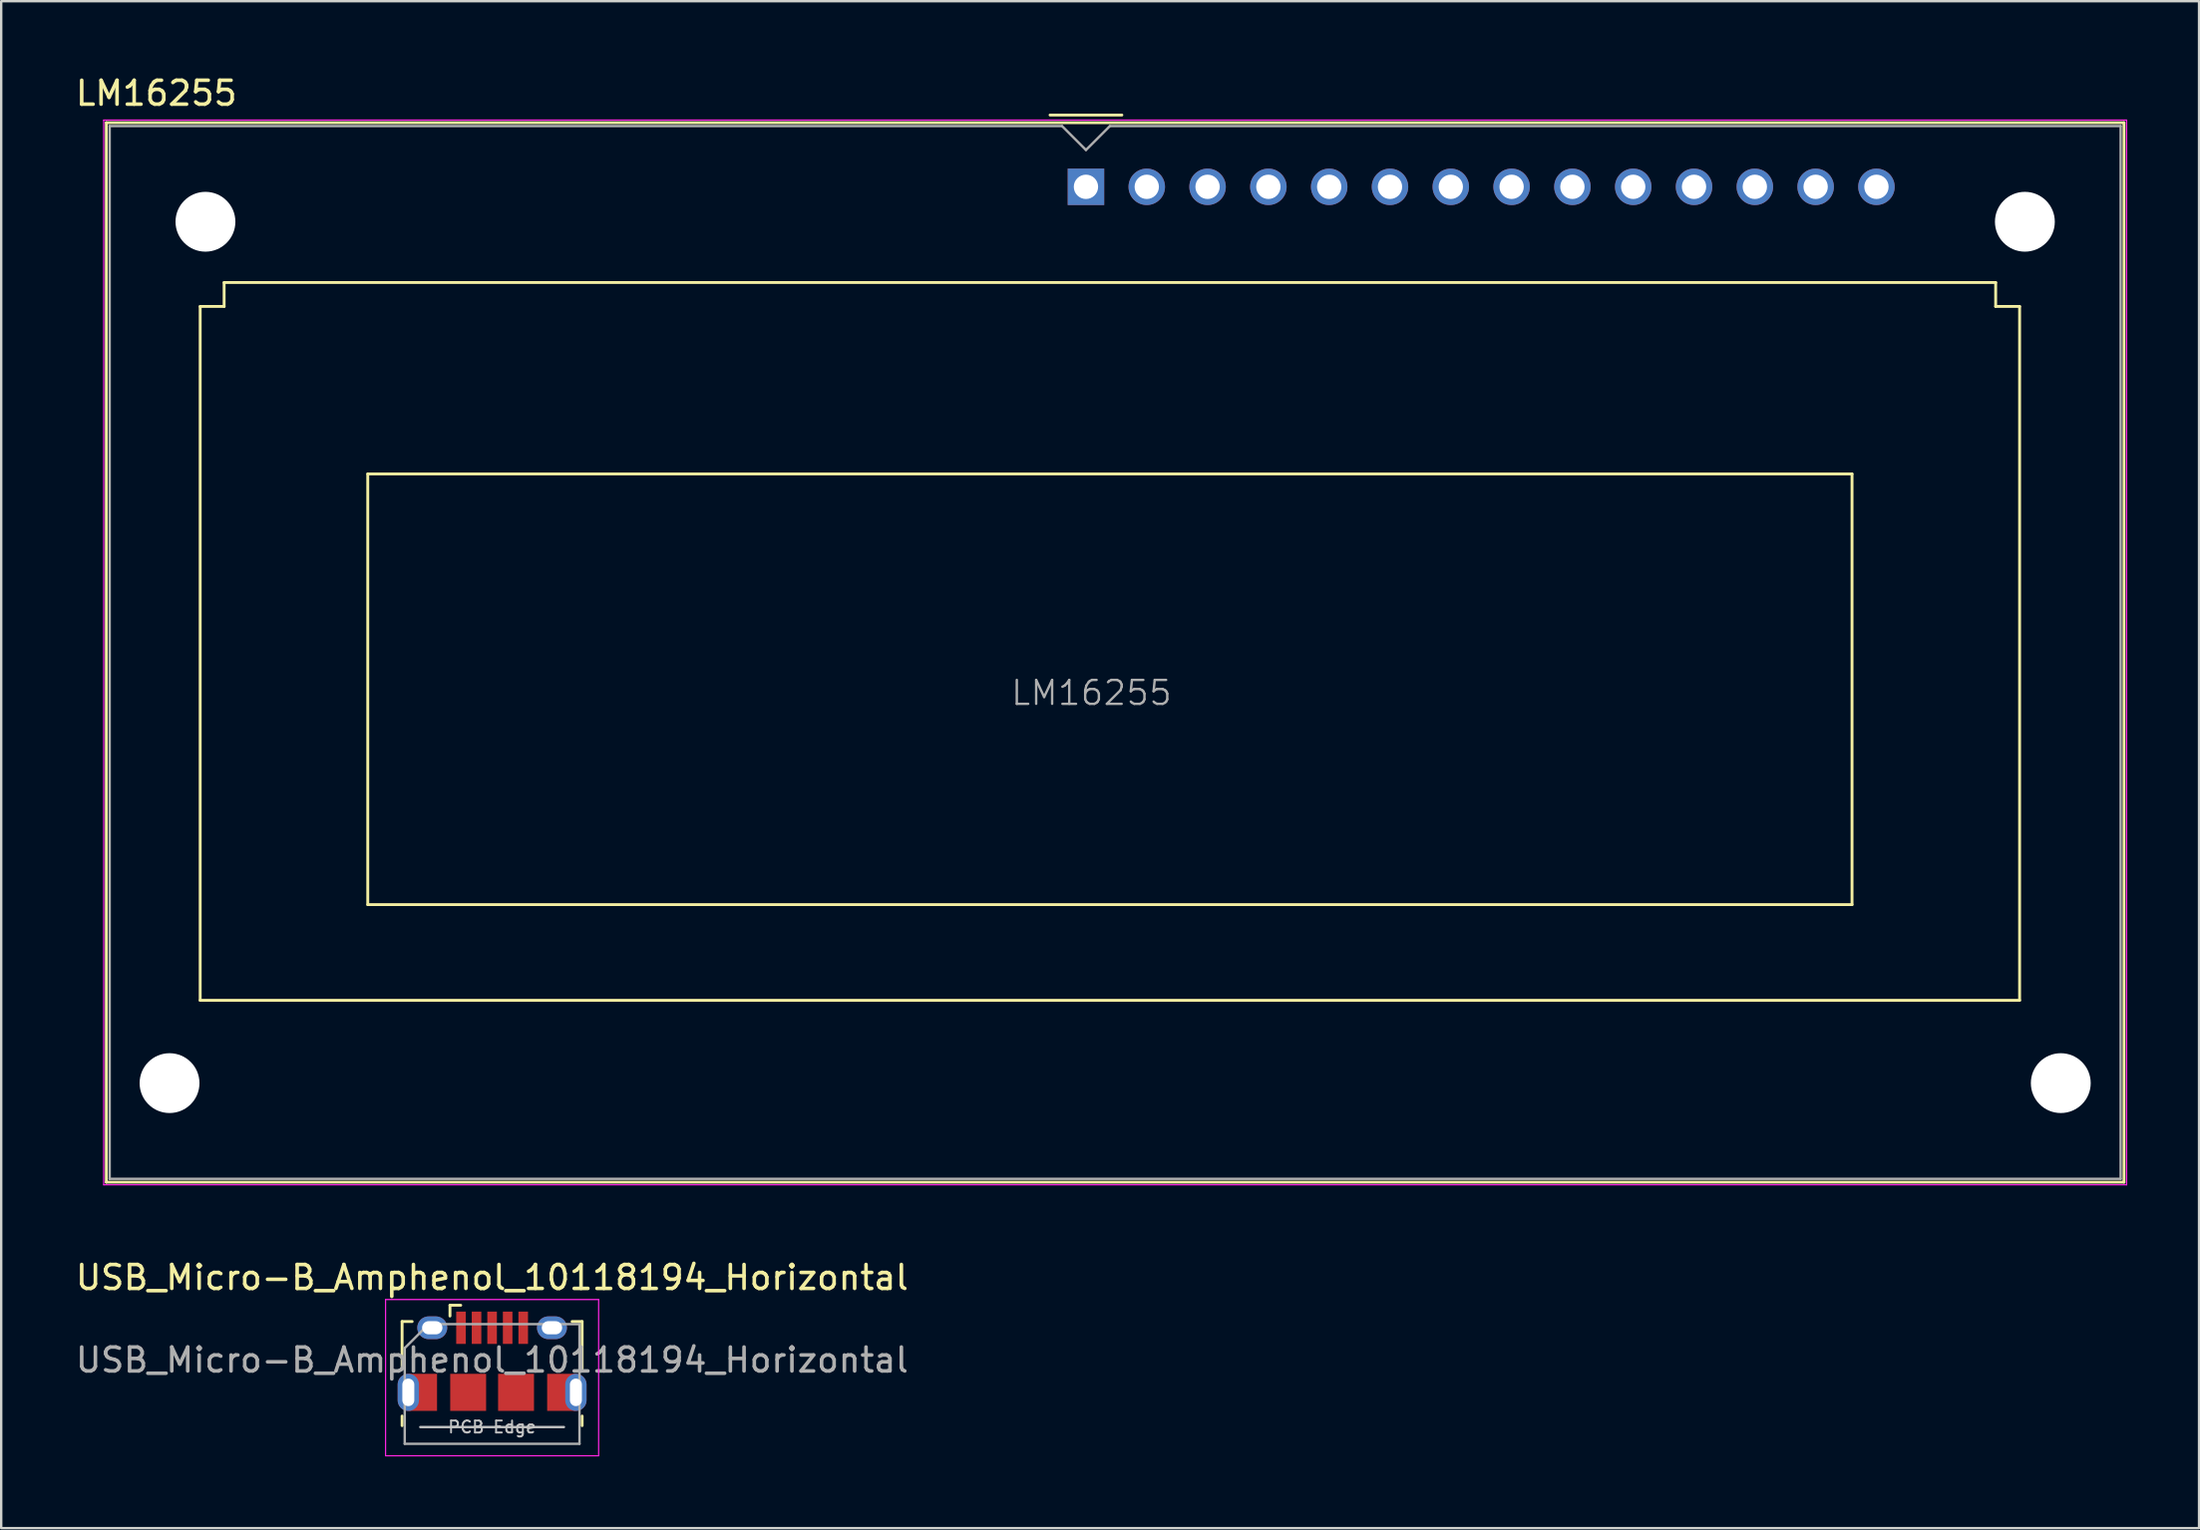
<source format=kicad_pcb>
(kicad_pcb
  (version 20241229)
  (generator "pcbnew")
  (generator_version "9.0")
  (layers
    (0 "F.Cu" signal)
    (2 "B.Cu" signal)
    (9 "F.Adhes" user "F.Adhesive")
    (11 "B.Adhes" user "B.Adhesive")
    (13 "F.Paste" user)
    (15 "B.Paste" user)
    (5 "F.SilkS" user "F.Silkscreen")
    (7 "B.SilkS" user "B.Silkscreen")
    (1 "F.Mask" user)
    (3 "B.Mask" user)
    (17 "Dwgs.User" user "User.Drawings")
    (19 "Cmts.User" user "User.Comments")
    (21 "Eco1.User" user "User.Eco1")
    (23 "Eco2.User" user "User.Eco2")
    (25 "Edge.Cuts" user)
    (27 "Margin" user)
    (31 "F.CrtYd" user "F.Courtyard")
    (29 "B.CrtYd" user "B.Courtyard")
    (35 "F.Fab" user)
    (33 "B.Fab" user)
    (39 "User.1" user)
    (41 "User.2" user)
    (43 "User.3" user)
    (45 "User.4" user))
  (footprint "USB_Micro-B_Amphenol_10118194_Horizontal"
    (layer "F.Cu")
    (at 17.506 53.842)
    (property "Reference" "USB_Micro-B_Amphenol_10118194_Horizontal" (at 0 -3.5 0) (layer "F.SilkS") (effects (font (size 1 1) (thickness 0.15))))
    (attr smd)
    (fp_line (start -3.76 -1.66) (end -3.34 -1.66) (stroke (width 0.12) (type solid)) (layer "F.SilkS"))
    (fp_line (start -3.76 0.32) (end -3.76 -1.66) (stroke (width 0.12) (type solid)) (layer "F.SilkS"))
    (fp_line (start -3.76 2.69) (end -3.76 2.29) (stroke (width 0.12) (type solid)) (layer "F.SilkS"))
    (fp_line (start -1.76 -1.89) (end -1.76 -2.34) (stroke (width 0.12) (type solid)) (layer "F.SilkS"))
    (fp_line (start -1.31 -2.34) (end -1.76 -2.34) (stroke (width 0.12) (type solid)) (layer "F.SilkS"))
    (fp_line (start 3.76 -1.66) (end 3.34 -1.66) (stroke (width 0.12) (type solid)) (layer "F.SilkS"))
    (fp_line (start 3.76 0.32) (end 3.76 -1.66) (stroke (width 0.12) (type solid)) (layer "F.SilkS"))
    (fp_line (start 3.76 2.29) (end 3.76 2.69) (stroke (width 0.12) (type solid)) (layer "F.SilkS"))
    (fp_line (start 3 2.75) (end -3 2.75) (stroke (width 0.1) (type solid)) (layer "Dwgs.User"))
    (fp_line (start -4.45 -2.58) (end -4.45 3.95) (stroke (width 0.05) (type solid)) (layer "F.CrtYd"))
    (fp_line (start -4.45 -2.58) (end 4.45 -2.58) (stroke (width 0.05) (type solid)) (layer "F.CrtYd"))
    (fp_line (start -4.45 3.95) (end 4.45 3.95) (stroke (width 0.05) (type solid)) (layer "F.CrtYd"))
    (fp_line (start 4.45 -2.58) (end 4.45 3.95) (stroke (width 0.05) (type solid)) (layer "F.CrtYd"))
    (fp_line (start -3.65 -0.55) (end -2.65 -1.55) (stroke (width 0.1) (type solid)) (layer "F.Fab"))
    (fp_line (start -3.65 3.45) (end -3.65 -0.55) (stroke (width 0.1) (type solid)) (layer "F.Fab"))
    (fp_line (start -2.65 -1.55) (end 3.65 -1.55) (stroke (width 0.1) (type solid)) (layer "F.Fab"))
    (fp_line (start 3.65 -1.55) (end 3.65 3.45) (stroke (width 0.1) (type solid)) (layer "F.Fab"))
    (fp_line (start 3.65 3.45) (end -3.65 3.45) (stroke (width 0.1) (type solid)) (layer "F.Fab"))
    (fp_text user "PCB Edge" (at 0 2.75 0) (layer "Dwgs.User") (effects (font (size 0.5 0.5) (thickness 0.08))))
    (fp_text user "${REFERENCE}" (at 0 -0.05 0) (layer "F.Fab") (effects (font (size 1 1) (thickness 0.15))))
    (pad "" smd oval (at -3.5 1.3) (size 0.89 1.55) (layers "F.Paste"))
    (pad "" smd oval (at -2.5 -1.4) (size 1.25 0.95) (layers "F.Paste"))
    (pad "" smd oval (at 2.5 -1.4) (size 1.25 0.95) (layers "F.Paste"))
    (pad "" smd oval (at 3.5 1.3) (size 0.89 1.55) (layers "F.Paste"))
    (pad "1" smd rect (at -1.3 -1.4) (size 0.4 1.35) (layers "F.Cu" "F.Mask" "F.Paste"))
    (pad "2" smd rect (at -0.65 -1.4) (size 0.4 1.35) (layers "F.Cu" "F.Mask" "F.Paste"))
    (pad "3" smd rect (at 0 -1.4) (size 0.4 1.35) (layers "F.Cu" "F.Mask" "F.Paste"))
    (pad "4" smd rect (at 0.65 -1.4) (size 0.4 1.35) (layers "F.Cu" "F.Mask" "F.Paste"))
    (pad "5" smd rect (at 1.3 -1.4) (size 0.4 1.35) (layers "F.Cu" "F.Mask" "F.Paste"))
    (pad "6" thru_hole oval (at -3.5 1.3) (size 0.89 1.55) (drill oval 0.5 1.15) (layers "*.Cu" "*.Mask"))
    (pad "6" smd rect (at -2.9 1.3) (size 1.2 1.55) (layers "F.Cu" "F.Mask" "F.Paste"))
    (pad "6" thru_hole oval (at -2.5 -1.4) (size 1.25 0.95) (drill oval 0.85 0.55) (layers "*.Cu" "*.Mask"))
    (pad "6" smd rect (at -1 1.3) (size 1.5 1.55) (layers "F.Cu" "F.Mask" "F.Paste"))
    (pad "6" smd rect (at 1 1.3) (size 1.5 1.55) (layers "F.Cu" "F.Mask" "F.Paste"))
    (pad "6" thru_hole oval (at 2.5 -1.4) (size 1.25 0.95) (drill oval 0.85 0.55) (layers "*.Cu" "*.Mask"))
    (pad "6" smd rect (at 2.9 1.3) (size 1.2 1.55) (layers "F.Cu" "F.Mask" "F.Paste"))
    (pad "6" thru_hole oval (at 3.5 1.3) (size 0.89 1.55) (drill oval 0.5 1.15) (layers "*.Cu" "*.Mask")))
  (footprint "LM16255"
    (layer "F.Cu")
    (at 42.312 4.758)
    (property "Reference" "LM16255" (at -38.83 -3.91 180) (layer "F.SilkS") (effects (font (size 1 1) (thickness 0.15))))
    (attr through_hole)
    (fp_line (start -40.92 -2.68) (end 43.36 -2.68) (stroke (width 0.12) (type solid)) (layer "F.SilkS"))
    (fp_line (start -40.92 41.6) (end -40.92 -2.68) (stroke (width 0.12) (type solid)) (layer "F.SilkS"))
    (fp_line (start -37 5) (end -36 5) (stroke (width 0.12) (type solid)) (layer "F.SilkS"))
    (fp_line (start -37 34) (end -37 5) (stroke (width 0.12) (type solid)) (layer "F.SilkS"))
    (fp_line (start -36 4) (end 38 4) (stroke (width 0.12) (type solid)) (layer "F.SilkS"))
    (fp_line (start -36 5) (end -36 4) (stroke (width 0.12) (type solid)) (layer "F.SilkS"))
    (fp_line (start -30 12) (end 32 12) (stroke (width 0.12) (type solid)) (layer "F.SilkS"))
    (fp_line (start -30 30) (end -30 12) (stroke (width 0.12) (type solid)) (layer "F.SilkS"))
    (fp_line (start -1.5 -3) (end 1.5 -3) (stroke (width 0.12) (type solid)) (layer "F.SilkS"))
    (fp_line (start 32 12) (end 32 30) (stroke (width 0.12) (type solid)) (layer "F.SilkS"))
    (fp_line (start 32 30) (end -30 30) (stroke (width 0.12) (type solid)) (layer "F.SilkS"))
    (fp_line (start 38 4) (end 38 5) (stroke (width 0.12) (type solid)) (layer "F.SilkS"))
    (fp_line (start 38 5) (end 39 5) (stroke (width 0.12) (type solid)) (layer "F.SilkS"))
    (fp_line (start 39 5) (end 39 34) (stroke (width 0.12) (type solid)) (layer "F.SilkS"))
    (fp_line (start 39 34) (end -37 34) (stroke (width 0.12) (type solid)) (layer "F.SilkS"))
    (fp_line (start 43.36 -2.68) (end 43.36 41.6) (stroke (width 0.12) (type solid)) (layer "F.SilkS"))
    (fp_line (start 43.36 41.6) (end -40.92 41.6) (stroke (width 0.12) (type solid)) (layer "F.SilkS"))
    (fp_line (start -41.03 -2.79) (end 43.47 -2.79) (stroke (width 0.05) (type solid)) (layer "F.CrtYd"))
    (fp_line (start -41.03 41.71) (end -41.03 -2.79) (stroke (width 0.05) (type solid)) (layer "F.CrtYd"))
    (fp_line (start 43.47 -2.79) (end 43.47 41.71) (stroke (width 0.05) (type solid)) (layer "F.CrtYd"))
    (fp_line (start 43.47 41.71) (end -41.03 41.71) (stroke (width 0.05) (type solid)) (layer "F.CrtYd"))
    (fp_line (start -40.78 -2.54) (end -40.78 41.46) (stroke (width 0.1) (type solid)) (layer "F.Fab"))
    (fp_line (start -40.78 41.46) (end 43.22 41.46) (stroke (width 0.1) (type solid)) (layer "F.Fab"))
    (fp_line (start -1 -2.54) (end -40.78 -2.54) (stroke (width 0.1) (type solid)) (layer "F.Fab"))
    (fp_line (start 0 -1.54) (end -1 -2.54) (stroke (width 0.1) (type solid)) (layer "F.Fab"))
    (fp_line (start 1 -2.54) (end 0 -1.54) (stroke (width 0.1) (type solid)) (layer "F.Fab"))
    (fp_line (start 1 -2.54) (end 43.22 -2.54) (stroke (width 0.1) (type solid)) (layer "F.Fab"))
    (fp_line (start 43.22 -2.54) (end 43.22 41.46) (stroke (width 0.1) (type solid)) (layer "F.Fab"))
    (fp_text user "${REFERENCE}" (at 0.23 21.15 180) (layer "F.Fab") (effects (font (size 1 1) (thickness 0.1))))
    (pad "" np_thru_hole circle (at -38.28 37.46 180) (size 2.5 2.5) (drill 2.5) (layers "*.Cu" "*.Mask"))
    (pad "" np_thru_hole circle (at -36.78 1.46 180) (size 2.5 2.5) (drill 2.5) (layers "*.Cu" "*.Mask"))
    (pad "" np_thru_hole circle (at 39.22 1.46 180) (size 2.5 2.5) (drill 2.5) (layers "*.Cu" "*.Mask"))
    (pad "" np_thru_hole circle (at 40.72 37.46 180) (size 2.5 2.5) (drill 2.5) (layers "*.Cu" "*.Mask"))
    (pad "1" thru_hole rect (at 0 0 180) (size 1.524 1.524) (drill 1.016) (layers "*.Cu" "*.Mask"))
    (pad "2" thru_hole circle (at 2.54 0 180) (size 1.524 1.524) (drill 1.016) (layers "*.Cu" "*.Mask"))
    (pad "3" thru_hole circle (at 5.08 0 180) (size 1.524 1.524) (drill 1.016) (layers "*.Cu" "*.Mask"))
    (pad "4" thru_hole circle (at 7.62 0 180) (size 1.524 1.524) (drill 1.016) (layers "*.Cu" "*.Mask"))
    (pad "5" thru_hole circle (at 10.16 0 180) (size 1.524 1.524) (drill 1.016) (layers "*.Cu" "*.Mask"))
    (pad "6" thru_hole circle (at 12.7 0 180) (size 1.524 1.524) (drill 1.016) (layers "*.Cu" "*.Mask"))
    (pad "7" thru_hole circle (at 15.24 0 180) (size 1.524 1.524) (drill 1.016) (layers "*.Cu" "*.Mask"))
    (pad "8" thru_hole circle (at 17.78 0 180) (size 1.524 1.524) (drill 1.016) (layers "*.Cu" "*.Mask"))
    (pad "9" thru_hole circle (at 20.32 0 180) (size 1.524 1.524) (drill 1.016) (layers "*.Cu" "*.Mask"))
    (pad "10" thru_hole circle (at 22.86 0 180) (size 1.524 1.524) (drill 1.016) (layers "*.Cu" "*.Mask"))
    (pad "11" thru_hole circle (at 25.4 0 180) (size 1.524 1.524) (drill 1.016) (layers "*.Cu" "*.Mask"))
    (pad "12" thru_hole circle (at 27.94 0 180) (size 1.524 1.524) (drill 1.016) (layers "*.Cu" "*.Mask"))
    (pad "13" thru_hole circle (at 30.48 0 180) (size 1.524 1.524) (drill 1.016) (layers "*.Cu" "*.Mask"))
    (pad "14" thru_hole circle (at 33.02 0 180) (size 1.524 1.524) (drill 1.016) (layers "*.Cu" "*.Mask")))
  (gr_rect
    (start -3 -3)
    (end 88.807 60.816)
    (stroke (width 0.1) (type default))
    (fill no)
    (layer "Edge.Cuts")))
</source>
